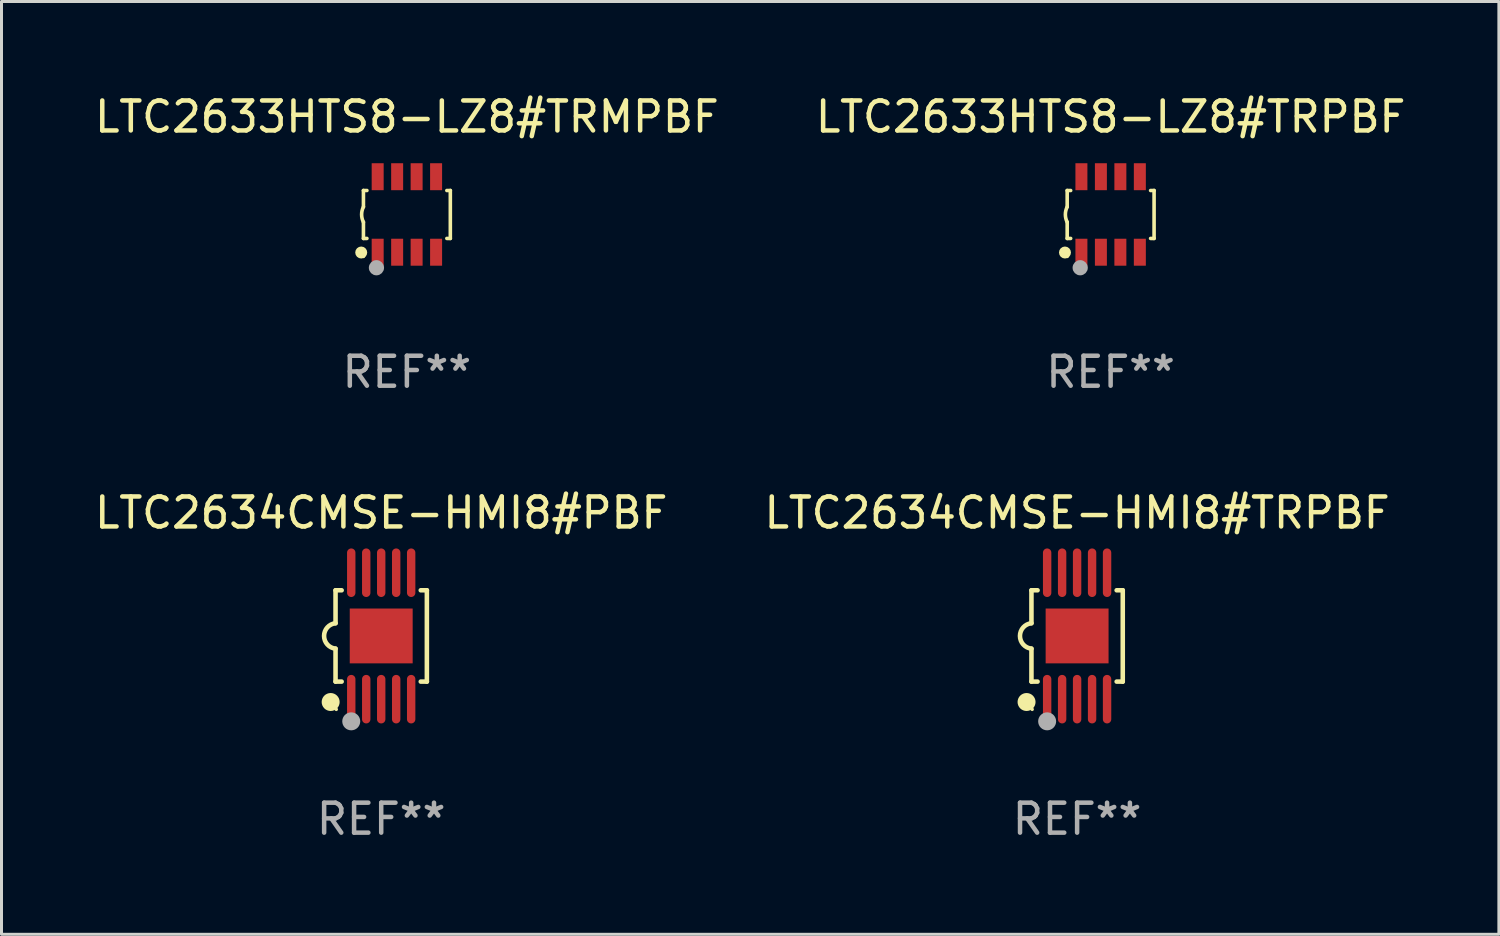
<source format=kicad_pcb>
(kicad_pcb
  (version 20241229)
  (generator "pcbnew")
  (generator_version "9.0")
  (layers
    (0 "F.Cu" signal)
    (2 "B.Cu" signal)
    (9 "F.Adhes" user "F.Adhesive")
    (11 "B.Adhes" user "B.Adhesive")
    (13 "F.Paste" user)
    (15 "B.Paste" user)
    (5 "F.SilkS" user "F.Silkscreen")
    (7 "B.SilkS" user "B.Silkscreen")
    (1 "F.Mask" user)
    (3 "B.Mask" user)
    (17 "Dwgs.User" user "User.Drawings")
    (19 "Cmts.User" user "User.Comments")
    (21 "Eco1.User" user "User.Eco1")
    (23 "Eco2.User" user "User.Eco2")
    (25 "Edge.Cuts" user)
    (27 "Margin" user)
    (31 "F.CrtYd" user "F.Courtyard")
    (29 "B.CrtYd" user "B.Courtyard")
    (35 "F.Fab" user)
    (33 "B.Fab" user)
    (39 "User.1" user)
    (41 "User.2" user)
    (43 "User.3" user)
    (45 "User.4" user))
  (footprint "LTC2634CMSE-HMI8#PBF"
    (layer "F.Cu")
    (at 9.673 18.175)
    (property "Reference" "LTC2634CMSE-HMI8#PBF" (at 0 -4.11 0) (layer "F.SilkS") (effects (font (size 1 1) (thickness 0.15))))
    (attr through_hole)
    (fp_line (start -1.524 -1.524) (end -1.524 -0.424) (stroke (width 0.152) (type solid)) (layer "F.SilkS"))
    (fp_line (start -1.524 1.524) (end -1.524 0.424) (stroke (width 0.152) (type solid)) (layer "F.SilkS"))
    (fp_line (start -1.524 1.524) (end -1.32 1.524) (stroke (width 0.152) (type solid)) (layer "F.SilkS"))
    (fp_line (start -1.32 -1.524) (end -1.524 -1.524) (stroke (width 0.152) (type solid)) (layer "F.SilkS"))
    (fp_line (start 1.32 1.524) (end 1.524 1.524) (stroke (width 0.152) (type solid)) (layer "F.SilkS"))
    (fp_line (start 1.524 -1.524) (end 1.32 -1.524) (stroke (width 0.152) (type solid)) (layer "F.SilkS"))
    (fp_line (start 1.524 1.524) (end 1.524 -1.524) (stroke (width 0.152) (type solid)) (layer "F.SilkS"))
    (fp_arc (start -1.524003 0.424003) (mid -1.906663 -0.000089) (end -1.524004 -0.424181) (stroke (width 0.151994) (type solid)) (layer "F.SilkS"))
    (fp_circle (center -1.687 2.205) (end -1.537 2.205) (stroke (width 0.3) (type solid)) (fill no) (layer "F.SilkS"))
    (fp_circle (center -1.5 2.45) (end -1.47 2.45) (stroke (width 0.06) (type solid)) (fill no) (layer "F.SilkS"))
    (fp_circle (center -1 2.85) (end -0.85 2.85) (stroke (width 0.3) (type solid)) (fill no) (layer "F.Fab"))
    (fp_text user "REF**" (at 0 6.11 0) (layer "F.Fab") (effects (font (size 1 1) (thickness 0.15))))
    (pad "1" smd oval (at -1 2.11) (size 0.28 1.62) (layers "F.Cu" "F.Mask" "F.Paste"))
    (pad "2" smd oval (at -0.5 2.11) (size 0.28 1.62) (layers "F.Cu" "F.Mask" "F.Paste"))
    (pad "3" smd oval (at 0 2.11) (size 0.28 1.62) (layers "F.Cu" "F.Mask" "F.Paste"))
    (pad "4" smd oval (at 0.5 2.11) (size 0.28 1.62) (layers "F.Cu" "F.Mask" "F.Paste"))
    (pad "5" smd oval (at 1 2.11) (size 0.28 1.62) (layers "F.Cu" "F.Mask" "F.Paste"))
    (pad "6" smd oval (at 1 -2.11) (size 0.28 1.62) (layers "F.Cu" "F.Mask" "F.Paste"))
    (pad "7" smd oval (at 0.5 -2.11) (size 0.28 1.62) (layers "F.Cu" "F.Mask" "F.Paste"))
    (pad "8" smd oval (at 0 -2.11) (size 0.28 1.62) (layers "F.Cu" "F.Mask" "F.Paste"))
    (pad "9" smd oval (at -0.5 -2.11) (size 0.28 1.62) (layers "F.Cu" "F.Mask" "F.Paste"))
    (pad "10" smd oval (at -1 -2.11) (size 0.28 1.62) (layers "F.Cu" "F.Mask" "F.Paste"))
    (pad "11" smd rect (at 0 0) (size 2.1 1.83) (layers "F.Cu" "F.Mask" "F.Paste")))
  (footprint "LTC2633HTS8-LZ8#TRPBF"
    (layer "F.Cu")
    (at 34.018 4.108)
    (property "Reference" "LTC2633HTS8-LZ8#TRPBF" (at 0 -3.26 0) (layer "F.SilkS") (effects (font (size 1 1) (thickness 0.15))))
    (attr through_hole)
    (fp_line (start -1.45 -0.8) (end -1.45 -0.254) (stroke (width 0.12) (type solid)) (layer "F.SilkS"))
    (fp_line (start -1.45 -0.8) (end -1.334 -0.8) (stroke (width 0.12) (type solid)) (layer "F.SilkS"))
    (fp_line (start -1.45 0.8) (end -1.45 0.254) (stroke (width 0.12) (type solid)) (layer "F.SilkS"))
    (fp_line (start -1.45 0.8) (end -1.334 0.8) (stroke (width 0.12) (type solid)) (layer "F.SilkS"))
    (fp_line (start 1.334 -0.8) (end 1.45 -0.8) (stroke (width 0.12) (type solid)) (layer "F.SilkS"))
    (fp_line (start 1.334 0.8) (end 1.45 0.8) (stroke (width 0.12) (type solid)) (layer "F.SilkS"))
    (fp_line (start 1.45 0.8) (end 1.45 -0.8) (stroke (width 0.12) (type solid)) (layer "F.SilkS"))
    (fp_arc (start -1.45075 0.255144) (mid -1.510605 0.000434) (end -1.450013 -0.254102) (stroke (width 0.11999) (type solid)) (layer "F.SilkS"))
    (fp_circle (center -1.524 1.27) (end -1.424 1.27) (stroke (width 0.2) (type solid)) (fill no) (layer "F.SilkS"))
    (fp_circle (center -1.45 1.4) (end -1.42 1.4) (stroke (width 0.06) (type solid)) (fill no) (layer "F.SilkS"))
    (fp_circle (center -1.016 1.778) (end -0.889 1.778) (stroke (width 0.254) (type solid)) (fill no) (layer "F.Fab"))
    (fp_text user "REF**" (at 0 5.26 0) (layer "F.Fab") (effects (font (size 1 1) (thickness 0.15))))
    (pad "1" smd rect (at -0.975 1.26) (size 0.4 0.9) (layers "F.Cu" "F.Mask" "F.Paste"))
    (pad "2" smd rect (at -0.325 1.26) (size 0.4 0.9) (layers "F.Cu" "F.Mask" "F.Paste"))
    (pad "3" smd rect (at 0.325 1.26) (size 0.4 0.9) (layers "F.Cu" "F.Mask" "F.Paste"))
    (pad "4" smd rect (at 0.975 1.26) (size 0.4 0.9) (layers "F.Cu" "F.Mask" "F.Paste"))
    (pad "5" smd rect (at 0.975 -1.26) (size 0.4 0.9) (layers "F.Cu" "F.Mask" "F.Paste"))
    (pad "6" smd rect (at 0.325 -1.26) (size 0.4 0.9) (layers "F.Cu" "F.Mask" "F.Paste"))
    (pad "7" smd rect (at -0.325 -1.26) (size 0.4 0.9) (layers "F.Cu" "F.Mask" "F.Paste"))
    (pad "8" smd rect (at -0.975 -1.26) (size 0.4 0.9) (layers "F.Cu" "F.Mask" "F.Paste")))
  (footprint "LTC2633HTS8-LZ8#TRMPBF"
    (layer "F.Cu")
    (at 10.53 4.108)
    (property "Reference" "LTC2633HTS8-LZ8#TRMPBF" (at 0 -3.26 0) (layer "F.SilkS") (effects (font (size 1 1) (thickness 0.15))))
    (attr through_hole)
    (fp_line (start -1.45 -0.8) (end -1.45 -0.254) (stroke (width 0.12) (type solid)) (layer "F.SilkS"))
    (fp_line (start -1.45 -0.8) (end -1.334 -0.8) (stroke (width 0.12) (type solid)) (layer "F.SilkS"))
    (fp_line (start -1.45 0.8) (end -1.45 0.254) (stroke (width 0.12) (type solid)) (layer "F.SilkS"))
    (fp_line (start -1.45 0.8) (end -1.334 0.8) (stroke (width 0.12) (type solid)) (layer "F.SilkS"))
    (fp_line (start 1.334 -0.8) (end 1.45 -0.8) (stroke (width 0.12) (type solid)) (layer "F.SilkS"))
    (fp_line (start 1.334 0.8) (end 1.45 0.8) (stroke (width 0.12) (type solid)) (layer "F.SilkS"))
    (fp_line (start 1.45 0.8) (end 1.45 -0.8) (stroke (width 0.12) (type solid)) (layer "F.SilkS"))
    (fp_arc (start -1.45075 0.255144) (mid -1.510605 0.000434) (end -1.450013 -0.254102) (stroke (width 0.11999) (type solid)) (layer "F.SilkS"))
    (fp_circle (center -1.524 1.27) (end -1.424 1.27) (stroke (width 0.2) (type solid)) (fill no) (layer "F.SilkS"))
    (fp_circle (center -1.45 1.4) (end -1.42 1.4) (stroke (width 0.06) (type solid)) (fill no) (layer "F.SilkS"))
    (fp_circle (center -1.016 1.778) (end -0.889 1.778) (stroke (width 0.254) (type solid)) (fill no) (layer "F.Fab"))
    (fp_text user "REF**" (at 0 5.26 0) (layer "F.Fab") (effects (font (size 1 1) (thickness 0.15))))
    (pad "1" smd rect (at -0.975 1.26) (size 0.4 0.9) (layers "F.Cu" "F.Mask" "F.Paste"))
    (pad "2" smd rect (at -0.325 1.26) (size 0.4 0.9) (layers "F.Cu" "F.Mask" "F.Paste"))
    (pad "3" smd rect (at 0.325 1.26) (size 0.4 0.9) (layers "F.Cu" "F.Mask" "F.Paste"))
    (pad "4" smd rect (at 0.975 1.26) (size 0.4 0.9) (layers "F.Cu" "F.Mask" "F.Paste"))
    (pad "5" smd rect (at 0.975 -1.26) (size 0.4 0.9) (layers "F.Cu" "F.Mask" "F.Paste"))
    (pad "6" smd rect (at 0.325 -1.26) (size 0.4 0.9) (layers "F.Cu" "F.Mask" "F.Paste"))
    (pad "7" smd rect (at -0.325 -1.26) (size 0.4 0.9) (layers "F.Cu" "F.Mask" "F.Paste"))
    (pad "8" smd rect (at -0.975 -1.26) (size 0.4 0.9) (layers "F.Cu" "F.Mask" "F.Paste")))
  (footprint "LTC2634CMSE-HMI8#TRPBF"
    (layer "F.Cu")
    (at 32.899 18.175)
    (property "Reference" "LTC2634CMSE-HMI8#TRPBF" (at 0 -4.11 0) (layer "F.SilkS") (effects (font (size 1 1) (thickness 0.15))))
    (attr through_hole)
    (fp_line (start -1.524 -1.524) (end -1.524 -0.424) (stroke (width 0.152) (type solid)) (layer "F.SilkS"))
    (fp_line (start -1.524 1.524) (end -1.524 0.424) (stroke (width 0.152) (type solid)) (layer "F.SilkS"))
    (fp_line (start -1.524 1.524) (end -1.32 1.524) (stroke (width 0.152) (type solid)) (layer "F.SilkS"))
    (fp_line (start -1.32 -1.524) (end -1.524 -1.524) (stroke (width 0.152) (type solid)) (layer "F.SilkS"))
    (fp_line (start 1.32 1.524) (end 1.524 1.524) (stroke (width 0.152) (type solid)) (layer "F.SilkS"))
    (fp_line (start 1.524 -1.524) (end 1.32 -1.524) (stroke (width 0.152) (type solid)) (layer "F.SilkS"))
    (fp_line (start 1.524 1.524) (end 1.524 -1.524) (stroke (width 0.152) (type solid)) (layer "F.SilkS"))
    (fp_arc (start -1.524003 0.424003) (mid -1.906663 -0.000089) (end -1.524004 -0.424181) (stroke (width 0.151994) (type solid)) (layer "F.SilkS"))
    (fp_circle (center -1.687 2.205) (end -1.537 2.205) (stroke (width 0.3) (type solid)) (fill no) (layer "F.SilkS"))
    (fp_circle (center -1.5 2.45) (end -1.47 2.45) (stroke (width 0.06) (type solid)) (fill no) (layer "F.SilkS"))
    (fp_circle (center -1 2.85) (end -0.85 2.85) (stroke (width 0.3) (type solid)) (fill no) (layer "F.Fab"))
    (fp_text user "REF**" (at 0 6.11 0) (layer "F.Fab") (effects (font (size 1 1) (thickness 0.15))))
    (pad "1" smd oval (at -1 2.11) (size 0.28 1.62) (layers "F.Cu" "F.Mask" "F.Paste"))
    (pad "2" smd oval (at -0.5 2.11) (size 0.28 1.62) (layers "F.Cu" "F.Mask" "F.Paste"))
    (pad "3" smd oval (at 0 2.11) (size 0.28 1.62) (layers "F.Cu" "F.Mask" "F.Paste"))
    (pad "4" smd oval (at 0.5 2.11) (size 0.28 1.62) (layers "F.Cu" "F.Mask" "F.Paste"))
    (pad "5" smd oval (at 1 2.11) (size 0.28 1.62) (layers "F.Cu" "F.Mask" "F.Paste"))
    (pad "6" smd oval (at 1 -2.11) (size 0.28 1.62) (layers "F.Cu" "F.Mask" "F.Paste"))
    (pad "7" smd oval (at 0.5 -2.11) (size 0.28 1.62) (layers "F.Cu" "F.Mask" "F.Paste"))
    (pad "8" smd oval (at 0 -2.11) (size 0.28 1.62) (layers "F.Cu" "F.Mask" "F.Paste"))
    (pad "9" smd oval (at -0.5 -2.11) (size 0.28 1.62) (layers "F.Cu" "F.Mask" "F.Paste"))
    (pad "10" smd oval (at -1 -2.11) (size 0.28 1.62) (layers "F.Cu" "F.Mask" "F.Paste"))
    (pad "11" smd rect (at 0 0) (size 2.1 1.83) (layers "F.Cu" "F.Mask" "F.Paste")))
  (gr_rect
    (start -3 -3)
    (end 46.976 28.133)
    (stroke (width 0.1) (type default))
    (fill no)
    (layer "Edge.Cuts")))
</source>
